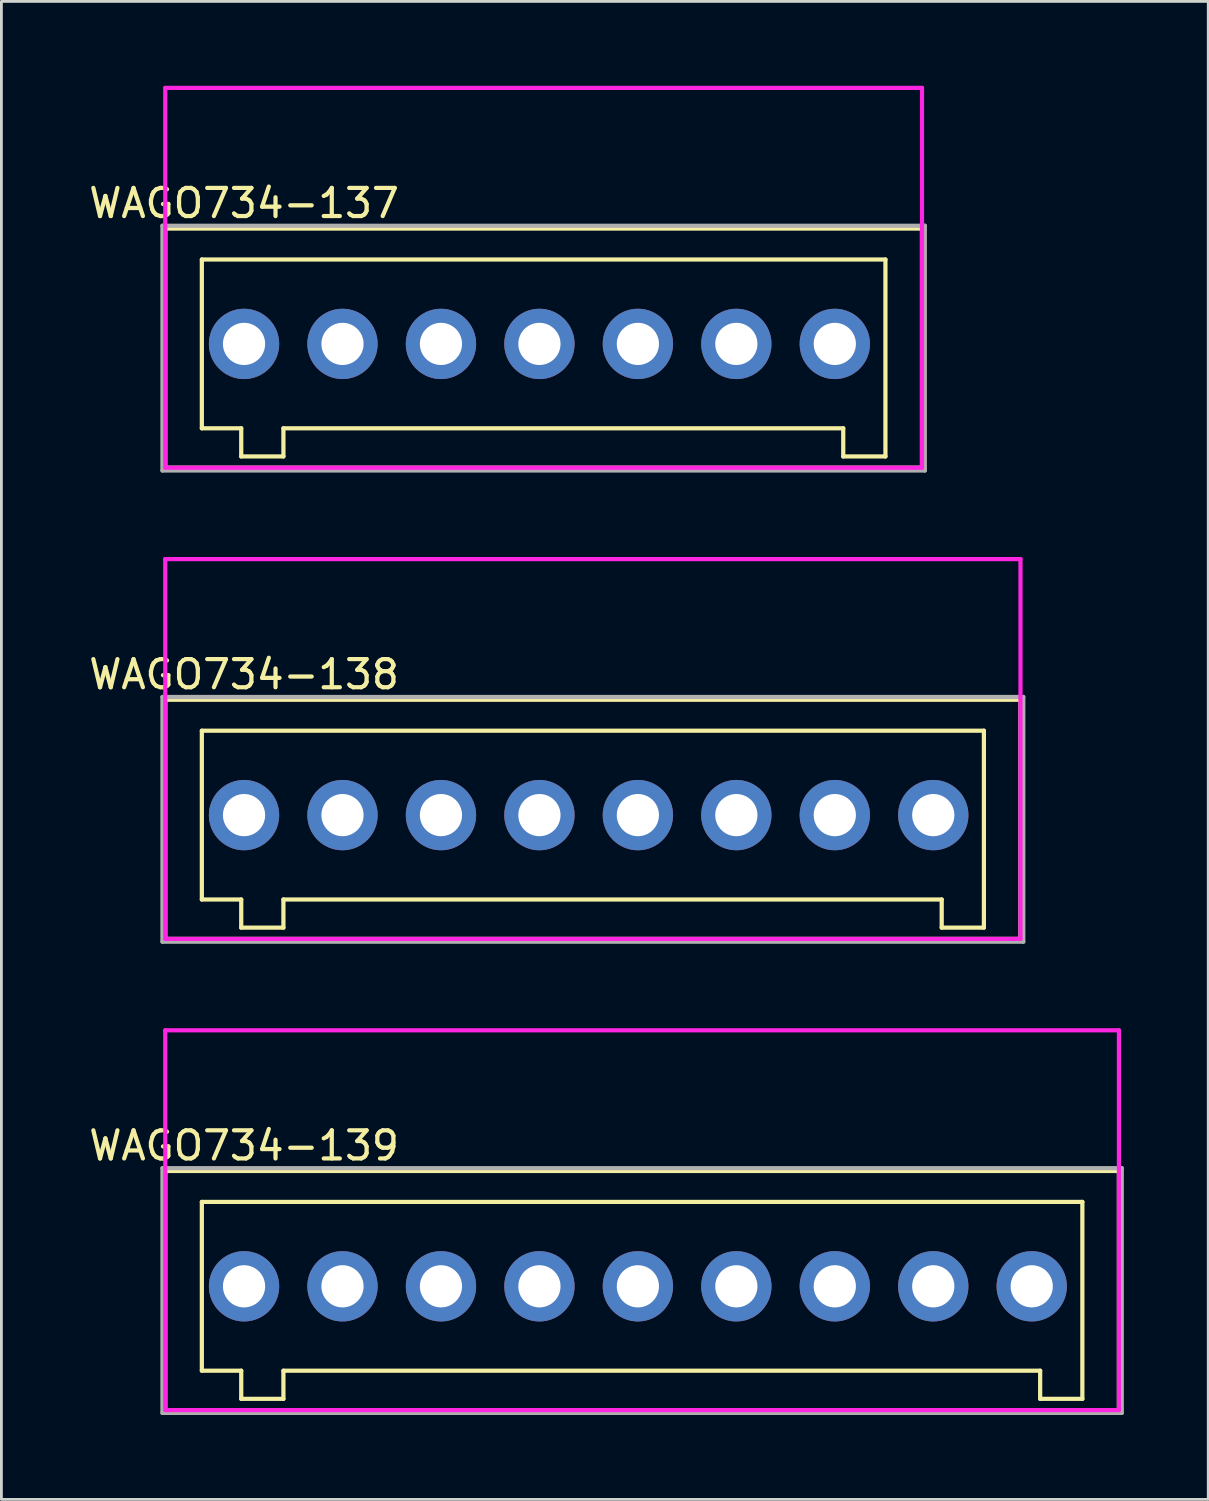
<source format=kicad_pcb>
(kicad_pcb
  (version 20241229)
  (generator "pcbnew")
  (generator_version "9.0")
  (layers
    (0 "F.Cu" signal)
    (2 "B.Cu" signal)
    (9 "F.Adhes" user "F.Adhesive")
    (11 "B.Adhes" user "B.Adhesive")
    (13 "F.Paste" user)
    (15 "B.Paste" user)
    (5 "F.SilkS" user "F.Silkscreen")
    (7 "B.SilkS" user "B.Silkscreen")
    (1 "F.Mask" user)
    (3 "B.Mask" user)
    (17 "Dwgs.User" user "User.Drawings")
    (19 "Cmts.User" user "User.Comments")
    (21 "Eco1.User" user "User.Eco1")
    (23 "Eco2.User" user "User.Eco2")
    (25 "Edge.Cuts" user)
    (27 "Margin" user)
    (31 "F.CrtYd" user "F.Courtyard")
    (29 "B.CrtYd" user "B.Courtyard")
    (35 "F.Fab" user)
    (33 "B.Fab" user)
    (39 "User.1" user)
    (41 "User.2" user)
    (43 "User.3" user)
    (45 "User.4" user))
  (footprint "WAGO734-138"
    (layer "F.Cu")
    (at 5.625 25.925)
    (property "Reference" "WAGO734-138" (at 0 -5 0) (layer "F.SilkS") (effects (font (size 1 1) (thickness 0.15))))
    (attr through_hole)
    (fp_line (start -2.8 4.4) (end -2.8 -4.1) (stroke (width 0.15) (type solid)) (layer "F.SilkS"))
    (fp_line (start -1.5 -3) (end -1.5 3) (stroke (width 0.15) (type solid)) (layer "F.SilkS"))
    (fp_line (start -1.5 3) (end -0.1 3) (stroke (width 0.15) (type solid)) (layer "F.SilkS"))
    (fp_line (start -0.1 3) (end -0.1 4) (stroke (width 0.15) (type solid)) (layer "F.SilkS"))
    (fp_line (start -0.1 4) (end 1.4 4) (stroke (width 0.15) (type solid)) (layer "F.SilkS"))
    (fp_line (start 1.4 3) (end 24.8 3) (stroke (width 0.15) (type solid)) (layer "F.SilkS"))
    (fp_line (start 1.4 4) (end 1.4 3) (stroke (width 0.15) (type solid)) (layer "F.SilkS"))
    (fp_line (start 24.8 3) (end 24.8 4) (stroke (width 0.15) (type solid)) (layer "F.SilkS"))
    (fp_line (start 24.8 4) (end 26.3 4) (stroke (width 0.15) (type solid)) (layer "F.SilkS"))
    (fp_line (start 26.3 -3) (end -1.5 -3) (stroke (width 0.15) (type solid)) (layer "F.SilkS"))
    (fp_line (start 26.3 4) (end 26.3 -3) (stroke (width 0.15) (type solid)) (layer "F.SilkS"))
    (fp_line (start 27.6 -4.1) (end -2.8 -4.1) (stroke (width 0.15) (type solid)) (layer "F.SilkS"))
    (fp_line (start 27.6 4.4) (end -2.8 4.4) (stroke (width 0.15) (type solid)) (layer "F.SilkS"))
    (fp_line (start 27.6 4.4) (end 27.6 -4.1) (stroke (width 0.15) (type solid)) (layer "F.SilkS"))
    (fp_line (start -2.8 -9.1) (end -2.8 4.4) (stroke (width 0.15) (type solid)) (layer "F.CrtYd"))
    (fp_line (start -2.8 4.4) (end 27.6 4.4) (stroke (width 0.15) (type solid)) (layer "F.CrtYd"))
    (fp_line (start 27.6 -9.1) (end -2.8 -9.1) (stroke (width 0.15) (type solid)) (layer "F.CrtYd"))
    (fp_line (start 27.6 4.4) (end 27.6 -9.1) (stroke (width 0.15) (type solid)) (layer "F.CrtYd"))
    (fp_line (start -2.9 -4.2) (end -2.9 4.5) (stroke (width 0.15) (type solid)) (layer "F.Fab"))
    (fp_line (start -2.9 4.5) (end 27.7 4.5) (stroke (width 0.15) (type solid)) (layer "F.Fab"))
    (fp_line (start 27.7 -4.2) (end -2.9 -4.2) (stroke (width 0.15) (type solid)) (layer "F.Fab"))
    (fp_line (start 27.7 4.5) (end 27.7 -4.2) (stroke (width 0.15) (type solid)) (layer "F.Fab"))
    (pad "1" thru_hole circle (at 0 0) (size 2.5 2.5) (drill 1.5) (layers "*.Cu" "*.Mask"))
    (pad "2" thru_hole circle (at 3.5 0) (size 2.5 2.5) (drill 1.5) (layers "*.Cu" "*.Mask"))
    (pad "3" thru_hole circle (at 7 0) (size 2.5 2.5) (drill 1.5) (layers "*.Cu" "*.Mask"))
    (pad "4" thru_hole circle (at 10.5 0) (size 2.5 2.5) (drill 1.5) (layers "*.Cu" "*.Mask"))
    (pad "5" thru_hole circle (at 14 0) (size 2.5 2.5) (drill 1.5) (layers "*.Cu" "*.Mask"))
    (pad "6" thru_hole circle (at 17.5 0) (size 2.5 2.5) (drill 1.5) (layers "*.Cu" "*.Mask"))
    (pad "7" thru_hole circle (at 21 0) (size 2.5 2.5) (drill 1.5) (layers "*.Cu" "*.Mask"))
    (pad "8" thru_hole circle (at 24.5 0) (size 2.5 2.5) (drill 1.5) (layers "*.Cu" "*.Mask")))
  (footprint "WAGO734-139"
    (layer "F.Cu")
    (at 5.625 42.675)
    (property "Reference" "WAGO734-139" (at 0 -5 0) (layer "F.SilkS") (effects (font (size 1 1) (thickness 0.15))))
    (attr through_hole)
    (fp_line (start -2.8 4.4) (end -2.8 -4.1) (stroke (width 0.15) (type solid)) (layer "F.SilkS"))
    (fp_line (start -1.5 -3) (end -1.5 3) (stroke (width 0.15) (type solid)) (layer "F.SilkS"))
    (fp_line (start -1.5 3) (end -0.1 3) (stroke (width 0.15) (type solid)) (layer "F.SilkS"))
    (fp_line (start -0.1 3) (end -0.1 4) (stroke (width 0.15) (type solid)) (layer "F.SilkS"))
    (fp_line (start -0.1 4) (end 1.4 4) (stroke (width 0.15) (type solid)) (layer "F.SilkS"))
    (fp_line (start 1.4 3) (end 28.3 3) (stroke (width 0.15) (type solid)) (layer "F.SilkS"))
    (fp_line (start 1.4 4) (end 1.4 3) (stroke (width 0.15) (type solid)) (layer "F.SilkS"))
    (fp_line (start 28.3 3) (end 28.3 4) (stroke (width 0.15) (type solid)) (layer "F.SilkS"))
    (fp_line (start 28.3 4) (end 29.8 4) (stroke (width 0.15) (type solid)) (layer "F.SilkS"))
    (fp_line (start 29.8 -3) (end -1.5 -3) (stroke (width 0.15) (type solid)) (layer "F.SilkS"))
    (fp_line (start 29.8 4) (end 29.8 -3) (stroke (width 0.15) (type solid)) (layer "F.SilkS"))
    (fp_line (start 31.1 -4.1) (end -2.8 -4.1) (stroke (width 0.15) (type solid)) (layer "F.SilkS"))
    (fp_line (start 31.1 4.4) (end -2.8 4.4) (stroke (width 0.15) (type solid)) (layer "F.SilkS"))
    (fp_line (start 31.1 4.4) (end 31.1 -4.1) (stroke (width 0.15) (type solid)) (layer "F.SilkS"))
    (fp_line (start -2.8 -9.1) (end -2.8 4.4) (stroke (width 0.15) (type solid)) (layer "F.CrtYd"))
    (fp_line (start -2.8 4.4) (end 31.1 4.4) (stroke (width 0.15) (type solid)) (layer "F.CrtYd"))
    (fp_line (start 31.1 -9.1) (end -2.8 -9.1) (stroke (width 0.15) (type solid)) (layer "F.CrtYd"))
    (fp_line (start 31.1 4.4) (end 31.1 -9.1) (stroke (width 0.15) (type solid)) (layer "F.CrtYd"))
    (fp_line (start -2.9 -4.2) (end 31.2 -4.2) (stroke (width 0.15) (type solid)) (layer "F.Fab"))
    (fp_line (start -2.9 4.5) (end -2.9 -4.2) (stroke (width 0.15) (type solid)) (layer "F.Fab"))
    (fp_line (start 31.2 -4.2) (end 31.2 4.5) (stroke (width 0.15) (type solid)) (layer "F.Fab"))
    (fp_line (start 31.2 4.5) (end -2.9 4.5) (stroke (width 0.15) (type solid)) (layer "F.Fab"))
    (pad "1" thru_hole circle (at 0 0) (size 2.5 2.5) (drill 1.5) (layers "*.Cu" "*.Mask"))
    (pad "2" thru_hole circle (at 3.5 0) (size 2.5 2.5) (drill 1.5) (layers "*.Cu" "*.Mask"))
    (pad "3" thru_hole circle (at 7 0) (size 2.5 2.5) (drill 1.5) (layers "*.Cu" "*.Mask"))
    (pad "4" thru_hole circle (at 10.5 0) (size 2.5 2.5) (drill 1.5) (layers "*.Cu" "*.Mask"))
    (pad "5" thru_hole circle (at 14 0) (size 2.5 2.5) (drill 1.5) (layers "*.Cu" "*.Mask"))
    (pad "6" thru_hole circle (at 17.5 0) (size 2.5 2.5) (drill 1.5) (layers "*.Cu" "*.Mask"))
    (pad "7" thru_hole circle (at 21 0) (size 2.5 2.5) (drill 1.5) (layers "*.Cu" "*.Mask"))
    (pad "8" thru_hole circle (at 24.5 0) (size 2.5 2.5) (drill 1.5) (layers "*.Cu" "*.Mask"))
    (pad "9" thru_hole circle (at 28 0) (size 2.5 2.5) (drill 1.5) (layers "*.Cu" "*.Mask")))
  (footprint "WAGO734-137"
    (layer "F.Cu")
    (at 5.625 9.175)
    (property "Reference" "WAGO734-137" (at 0 -5 0) (layer "F.SilkS") (effects (font (size 1 1) (thickness 0.15))))
    (attr through_hole)
    (fp_line (start -2.8 4.4) (end -2.8 -4.1) (stroke (width 0.15) (type solid)) (layer "F.SilkS"))
    (fp_line (start -1.5 -3) (end -1.5 3) (stroke (width 0.15) (type solid)) (layer "F.SilkS"))
    (fp_line (start -1.5 3) (end -0.1 3) (stroke (width 0.15) (type solid)) (layer "F.SilkS"))
    (fp_line (start -0.1 3) (end -0.1 4) (stroke (width 0.15) (type solid)) (layer "F.SilkS"))
    (fp_line (start -0.1 4) (end 1.4 4) (stroke (width 0.15) (type solid)) (layer "F.SilkS"))
    (fp_line (start 1.4 3) (end 21.3 3) (stroke (width 0.15) (type solid)) (layer "F.SilkS"))
    (fp_line (start 1.4 4) (end 1.4 3) (stroke (width 0.15) (type solid)) (layer "F.SilkS"))
    (fp_line (start 21.3 3) (end 21.3 4) (stroke (width 0.15) (type solid)) (layer "F.SilkS"))
    (fp_line (start 21.3 4) (end 22.8 4) (stroke (width 0.15) (type solid)) (layer "F.SilkS"))
    (fp_line (start 22.8 -3) (end -1.5 -3) (stroke (width 0.15) (type solid)) (layer "F.SilkS"))
    (fp_line (start 22.8 4) (end 22.8 -3) (stroke (width 0.15) (type solid)) (layer "F.SilkS"))
    (fp_line (start 24.1 -4.1) (end -2.8 -4.1) (stroke (width 0.15) (type solid)) (layer "F.SilkS"))
    (fp_line (start 24.1 4.4) (end -2.8 4.4) (stroke (width 0.15) (type solid)) (layer "F.SilkS"))
    (fp_line (start 24.1 4.4) (end 24.1 -4.1) (stroke (width 0.15) (type solid)) (layer "F.SilkS"))
    (fp_line (start -2.8 -9.1) (end -2.8 4.4) (stroke (width 0.15) (type solid)) (layer "F.CrtYd"))
    (fp_line (start -2.8 4.4) (end 24.1 4.4) (stroke (width 0.15) (type solid)) (layer "F.CrtYd"))
    (fp_line (start 24.1 -9.1) (end -2.8 -9.1) (stroke (width 0.15) (type solid)) (layer "F.CrtYd"))
    (fp_line (start 24.1 4.4) (end 24.1 -9.1) (stroke (width 0.15) (type solid)) (layer "F.CrtYd"))
    (fp_line (start -2.9 -4.2) (end 24.2 -4.2) (stroke (width 0.15) (type solid)) (layer "F.Fab"))
    (fp_line (start -2.9 4.5) (end -2.9 -4.2) (stroke (width 0.15) (type solid)) (layer "F.Fab"))
    (fp_line (start 24.2 -4.2) (end 24.2 4.5) (stroke (width 0.15) (type solid)) (layer "F.Fab"))
    (fp_line (start 24.2 4.5) (end -2.9 4.5) (stroke (width 0.15) (type solid)) (layer "F.Fab"))
    (pad "1" thru_hole circle (at 0 0) (size 2.5 2.5) (drill 1.5) (layers "*.Cu" "*.Mask"))
    (pad "2" thru_hole circle (at 3.5 0) (size 2.5 2.5) (drill 1.5) (layers "*.Cu" "*.Mask"))
    (pad "3" thru_hole circle (at 7 0) (size 2.5 2.5) (drill 1.5) (layers "*.Cu" "*.Mask"))
    (pad "4" thru_hole circle (at 10.5 0) (size 2.5 2.5) (drill 1.5) (layers "*.Cu" "*.Mask"))
    (pad "5" thru_hole circle (at 14 0) (size 2.5 2.5) (drill 1.5) (layers "*.Cu" "*.Mask"))
    (pad "6" thru_hole circle (at 17.5 0) (size 2.5 2.5) (drill 1.5) (layers "*.Cu" "*.Mask"))
    (pad "7" thru_hole circle (at 21 0) (size 2.5 2.5) (drill 1.5) (layers "*.Cu" "*.Mask")))
  (gr_rect
    (start -3 -3)
    (end 39.9 50.25)
    (stroke (width 0.1) (type default))
    (fill no)
    (layer "Edge.Cuts")))
</source>
